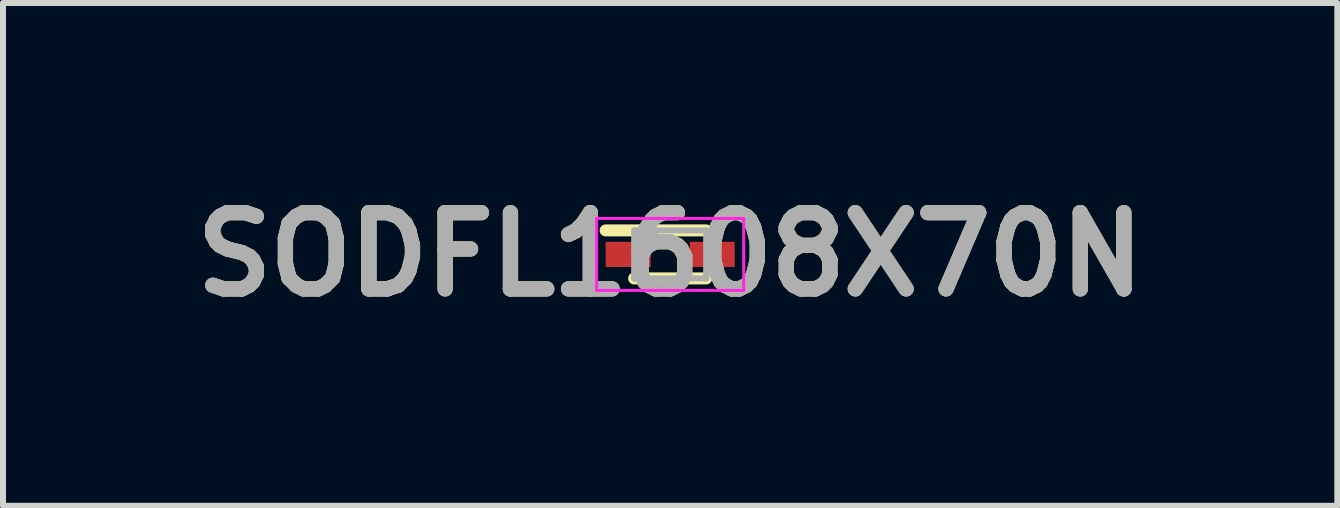
<source format=kicad_pcb>
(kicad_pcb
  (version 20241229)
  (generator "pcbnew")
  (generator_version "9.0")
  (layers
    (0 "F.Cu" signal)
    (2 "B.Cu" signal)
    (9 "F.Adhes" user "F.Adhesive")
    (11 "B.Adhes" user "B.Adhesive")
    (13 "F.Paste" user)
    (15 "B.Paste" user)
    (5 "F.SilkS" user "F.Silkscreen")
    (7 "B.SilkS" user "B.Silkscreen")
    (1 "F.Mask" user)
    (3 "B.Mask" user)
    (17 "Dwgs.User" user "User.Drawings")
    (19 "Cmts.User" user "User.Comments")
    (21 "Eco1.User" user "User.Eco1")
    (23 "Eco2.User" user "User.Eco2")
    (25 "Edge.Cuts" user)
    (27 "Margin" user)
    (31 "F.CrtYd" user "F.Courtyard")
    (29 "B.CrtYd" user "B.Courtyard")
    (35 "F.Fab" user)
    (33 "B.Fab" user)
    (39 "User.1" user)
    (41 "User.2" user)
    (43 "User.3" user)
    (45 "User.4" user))
  (footprint "SODFL1608X70N"
    (layer "F.Cu")
    (at 8.116 1.189)
    (property "Reference" "SODFL1608X70N" (at 0 0 0) (layer "F.SilkS") (effects (font (size 1.27 1.27) (thickness 0.254))))
    (attr smd)
    (fp_line (start -1.075 -0.4) (end 0.6 -0.4) (stroke (width 0.2) (type solid)) (layer "F.SilkS"))
    (fp_line (start -0.6 0.4) (end 0.6 0.4) (stroke (width 0.2) (type solid)) (layer "F.SilkS"))
    (fp_line (start -1.225 -0.6) (end 1.225 -0.6) (stroke (width 0.05) (type solid)) (layer "F.CrtYd"))
    (fp_line (start -1.225 0.6) (end -1.225 -0.6) (stroke (width 0.05) (type solid)) (layer "F.CrtYd"))
    (fp_line (start 1.225 -0.6) (end 1.225 0.6) (stroke (width 0.05) (type solid)) (layer "F.CrtYd"))
    (fp_line (start 1.225 0.6) (end -1.225 0.6) (stroke (width 0.05) (type solid)) (layer "F.CrtYd"))
    (fp_line (start -0.6 -0.4) (end 0.6 -0.4) (stroke (width 0.1) (type solid)) (layer "F.Fab"))
    (fp_line (start -0.6 -0.025) (end -0.225 -0.4) (stroke (width 0.1) (type solid)) (layer "F.Fab"))
    (fp_line (start -0.6 0.4) (end -0.6 -0.4) (stroke (width 0.1) (type solid)) (layer "F.Fab"))
    (fp_line (start 0.6 -0.4) (end 0.6 0.4) (stroke (width 0.1) (type solid)) (layer "F.Fab"))
    (fp_line (start 0.6 0.4) (end -0.6 0.4) (stroke (width 0.1) (type solid)) (layer "F.Fab"))
    (fp_text user "${REFERENCE}" (at 0 0 0) (layer "F.Fab") (effects (font (size 1.27 1.27) (thickness 0.254))))
    (pad "1" smd rect (at -0.7 0 90) (size 0.42 0.75) (layers "F.Cu" "F.Mask" "F.Paste"))
    (pad "2" smd rect (at 0.7 0 90) (size 0.42 0.75) (layers "F.Cu" "F.Mask" "F.Paste")))
  (gr_rect
    (start -3 -3)
    (end 19.232 5.377)
    (stroke (width 0.1) (type default))
    (fill no)
    (layer "Edge.Cuts")))
</source>
